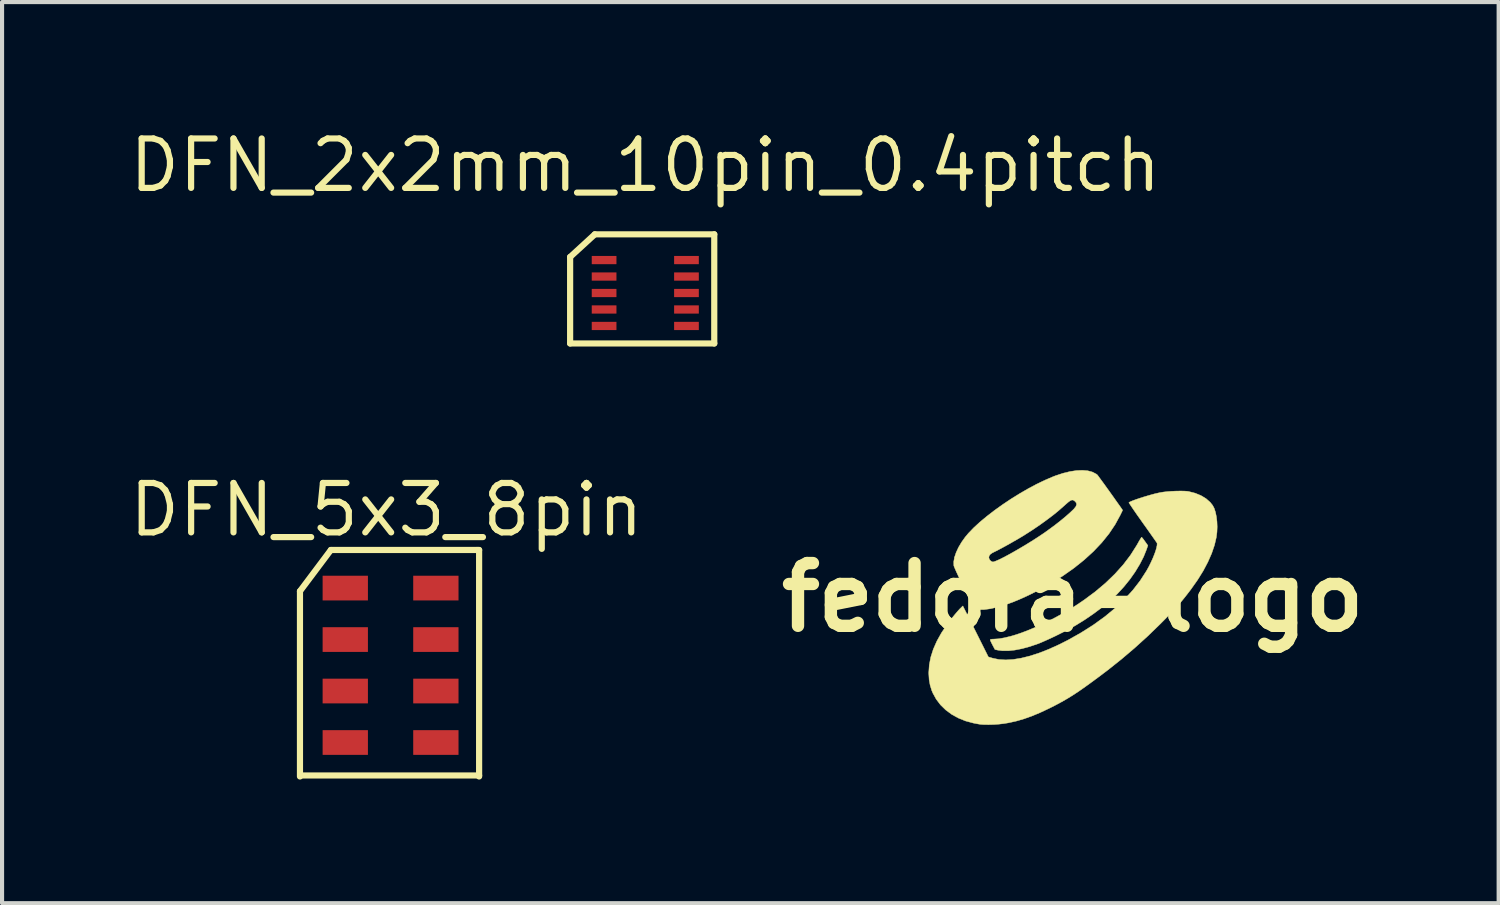
<source format=kicad_pcb>
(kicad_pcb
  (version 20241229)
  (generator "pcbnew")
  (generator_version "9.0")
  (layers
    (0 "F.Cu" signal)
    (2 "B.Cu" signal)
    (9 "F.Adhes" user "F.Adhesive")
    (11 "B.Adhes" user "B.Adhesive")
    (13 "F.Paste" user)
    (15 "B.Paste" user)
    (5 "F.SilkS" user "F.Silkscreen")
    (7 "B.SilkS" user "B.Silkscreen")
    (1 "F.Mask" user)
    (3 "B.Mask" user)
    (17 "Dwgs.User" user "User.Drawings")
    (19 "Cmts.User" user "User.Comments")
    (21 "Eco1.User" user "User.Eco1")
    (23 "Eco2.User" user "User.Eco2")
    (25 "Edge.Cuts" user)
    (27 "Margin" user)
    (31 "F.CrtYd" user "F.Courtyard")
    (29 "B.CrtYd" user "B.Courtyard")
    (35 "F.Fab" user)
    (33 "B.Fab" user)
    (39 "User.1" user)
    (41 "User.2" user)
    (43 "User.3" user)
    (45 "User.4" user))
  (footprint "fedora-logo"
    (layer "F.Cu")
    (at 23.004 11.457)
    (property "Reference" "fedora-logo" (at 0 0 0) (layer "F.SilkS") (effects (font (size 1.524 1.524) (thickness 0.3))))
    (attr through_hole)
    (fp_poly (pts (xy 1.678 -1.453) (xy 1.701 -1.425) (xy 1.731 -1.384) (xy 1.747 -1.362) (xy 1.819 -1.261) (xy 1.785 -1.161) (xy 1.715 -0.987) (xy 1.622 -0.806) (xy 1.51 -0.621) (xy 1.381 -0.438) (xy 1.237 -0.26) (xy 1.082 -0.091) (xy 1.001 -0.012) (xy 0.848 0.125) (xy 0.674 0.266) (xy 0.485 0.406) (xy 0.287 0.541) (xy 0.086 0.666) (xy 0.009 0.711) (xy -0.083 0.762) (xy -0.19 0.818) (xy -0.307 0.877) (xy -0.428 0.937) (xy -0.548 0.994) (xy -0.661 1.045) (xy -0.763 1.09) (xy -0.846 1.124) (xy -0.859 1.128) (xy -1.053 1.194) (xy -1.238 1.244) (xy -1.411 1.278) (xy -1.569 1.295) (xy -1.71 1.295) (xy -1.819 1.281) (xy -1.894 1.265) (xy -1.952 1.156) (xy -1.978 1.105) (xy -1.998 1.063) (xy -2.009 1.035) (xy -2.01 1.029) (xy -1.999 1.019) (xy -1.964 1.013) (xy -1.93 1.012) (xy -1.801 1.004) (xy -1.654 0.978) (xy -1.49 0.937) (xy -1.313 0.882) (xy -1.125 0.813) (xy -0.929 0.732) (xy -0.726 0.64) (xy -0.52 0.537) (xy -0.312 0.425) (xy -0.106 0.306) (xy 0.097 0.179) (xy 0.267 0.064) (xy 0.541 -0.139) (xy 0.791 -0.35) (xy 1.018 -0.569) (xy 1.22 -0.794) (xy 1.397 -1.026) (xy 1.547 -1.263) (xy 1.573 -1.308) (xy 1.605 -1.366) (xy 1.634 -1.414) (xy 1.655 -1.448) (xy 1.666 -1.463) (xy 1.667 -1.463) (xy 1.678 -1.453)) (stroke (width 0.01) (type solid)) (fill yes) (layer "F.SilkS"))
    (fp_poly (pts (xy 0.358 -3.076) (xy 0.47 -3.046) (xy 0.563 -2.998) (xy 0.589 -2.979) (xy 0.601 -2.965) (xy 0.626 -2.931) (xy 0.663 -2.88) (xy 0.71 -2.816) (xy 0.765 -2.741) (xy 0.825 -2.657) (xy 0.889 -2.568) (xy 0.955 -2.476) (xy 1.02 -2.384) (xy 1.083 -2.295) (xy 1.142 -2.212) (xy 1.18 -2.157) (xy 1.206 -2.119) (xy 1.149 -2) (xy 1.025 -1.772) (xy 0.875 -1.548) (xy 0.699 -1.33) (xy 0.497 -1.117) (xy 0.271 -0.911) (xy 0.021 -0.711) (xy -0.252 -0.519) (xy -0.548 -0.335) (xy -0.867 -0.16) (xy -1.034 -0.075) (xy -1.253 0.027) (xy -1.462 0.114) (xy -1.659 0.184) (xy -1.842 0.238) (xy -2.009 0.275) (xy -2.16 0.295) (xy -2.293 0.296) (xy -2.34 0.292) (xy -2.388 0.286) (xy -2.637 -0.216) (xy -2.694 -0.333) (xy -2.747 -0.442) (xy -2.793 -0.54) (xy -2.832 -0.624) (xy -2.862 -0.693) (xy -2.883 -0.743) (xy -2.893 -0.771) (xy -2.893 -0.773) (xy -2.895 -0.869) (xy -2.877 -0.969) (xy -2.043 -0.969) (xy -2.031 -0.928) (xy -2.003 -0.891) (xy -1.966 -0.867) (xy -1.942 -0.862) (xy -1.918 -0.867) (xy -1.877 -0.882) (xy -1.826 -0.904) (xy -1.802 -0.914) (xy -1.702 -0.963) (xy -1.583 -1.026) (xy -1.451 -1.099) (xy -1.309 -1.181) (xy -1.162 -1.268) (xy -1.014 -1.359) (xy -0.87 -1.451) (xy -0.838 -1.472) (xy -0.702 -1.563) (xy -0.564 -1.662) (xy -0.428 -1.763) (xy -0.298 -1.865) (xy -0.178 -1.964) (xy -0.073 -2.057) (xy 0.014 -2.139) (xy 0.026 -2.152) (xy 0.07 -2.207) (xy 0.088 -2.255) (xy 0.08 -2.298) (xy 0.049 -2.334) (xy 0.022 -2.355) (xy -0.004 -2.366) (xy -0.032 -2.364) (xy -0.065 -2.35) (xy -0.107 -2.32) (xy -0.161 -2.274) (xy -0.231 -2.211) (xy -0.233 -2.21) (xy -0.347 -2.109) (xy -0.481 -2) (xy -0.632 -1.886) (xy -0.794 -1.769) (xy -0.965 -1.652) (xy -1.139 -1.54) (xy -1.161 -1.526) (xy -1.243 -1.475) (xy -1.338 -1.419) (xy -1.439 -1.361) (xy -1.542 -1.302) (xy -1.643 -1.246) (xy -1.735 -1.196) (xy -1.816 -1.153) (xy -1.879 -1.121) (xy -1.894 -1.114) (xy -1.963 -1.079) (xy -2.008 -1.047) (xy -2.033 -1.013) (xy -2.042 -0.975) (xy -2.043 -0.969) (xy -2.877 -0.969) (xy -2.876 -0.976) (xy -2.836 -1.093) (xy -2.779 -1.216) (xy -2.705 -1.341) (xy -2.616 -1.466) (xy -2.538 -1.559) (xy -2.41 -1.692) (xy -2.26 -1.83) (xy -2.09 -1.971) (xy -1.906 -2.113) (xy -1.709 -2.254) (xy -1.504 -2.391) (xy -1.295 -2.521) (xy -1.084 -2.643) (xy -0.876 -2.754) (xy -0.673 -2.851) (xy -0.481 -2.933) (xy -0.424 -2.955) (xy -0.243 -3.015) (xy -0.072 -3.057) (xy 0.086 -3.081) (xy 0.23 -3.087) (xy 0.358 -3.076)) (stroke (width 0.01) (type solid)) (fill yes) (layer "F.SilkS"))
    (fp_poly (pts (xy 2.694 -2.583) (xy 2.771 -2.578) (xy 2.807 -2.573) (xy 2.967 -2.532) (xy 3.108 -2.474) (xy 3.231 -2.4) (xy 3.332 -2.311) (xy 3.392 -2.236) (xy 3.43 -2.164) (xy 3.46 -2.071) (xy 3.483 -1.961) (xy 3.497 -1.841) (xy 3.502 -1.715) (xy 3.497 -1.588) (xy 3.482 -1.466) (xy 3.482 -1.464) (xy 3.437 -1.271) (xy 3.368 -1.069) (xy 3.276 -0.86) (xy 3.162 -0.644) (xy 3.025 -0.424) (xy 2.868 -0.202) (xy 2.868 -0.201) (xy 2.783 -0.09) (xy 2.703 0.012) (xy 2.623 0.109) (xy 2.54 0.205) (xy 2.451 0.304) (xy 2.351 0.409) (xy 2.238 0.525) (xy 2.114 0.65) (xy 1.809 0.945) (xy 1.499 1.226) (xy 1.178 1.499) (xy 0.841 1.767) (xy 0.609 1.942) (xy 0.446 2.062) (xy 0.301 2.167) (xy 0.17 2.259) (xy 0.049 2.34) (xy -0.067 2.414) (xy -0.179 2.481) (xy -0.292 2.545) (xy -0.411 2.609) (xy -0.537 2.673) (xy -0.581 2.695) (xy -0.798 2.797) (xy -1 2.881) (xy -1.191 2.949) (xy -1.377 3.003) (xy -1.562 3.044) (xy -1.683 3.064) (xy -1.796 3.077) (xy -1.92 3.086) (xy -2.044 3.089) (xy -2.16 3.088) (xy -2.243 3.082) (xy -2.278 3.077) (xy -2.33 3.068) (xy -2.392 3.056) (xy -2.421 3.05) (xy -2.61 2.999) (xy -2.785 2.928) (xy -2.946 2.839) (xy -3.09 2.732) (xy -3.215 2.61) (xy -3.319 2.474) (xy -3.401 2.325) (xy -3.428 2.262) (xy -3.468 2.133) (xy -3.492 2.002) (xy -3.501 1.858) (xy -3.502 1.829) (xy -3.489 1.64) (xy -3.453 1.45) (xy -3.391 1.257) (xy -3.305 1.061) (xy -3.193 0.86) (xy -3.054 0.654) (xy -2.92 0.479) (xy -2.869 0.417) (xy -2.819 0.358) (xy -2.774 0.307) (xy -2.74 0.27) (xy -2.733 0.264) (xy -2.674 0.206) (xy -2.364 0.825) (xy -2.054 1.445) (xy -1.947 1.476) (xy -1.798 1.507) (xy -1.633 1.517) (xy -1.452 1.506) (xy -1.256 1.474) (xy -1.046 1.422) (xy -0.823 1.35) (xy -0.587 1.258) (xy -0.34 1.146) (xy -0.123 1.037) (xy 0.198 0.856) (xy 0.496 0.667) (xy 0.772 0.468) (xy 1.024 0.26) (xy 1.252 0.045) (xy 1.455 -0.178) (xy 1.633 -0.408) (xy 1.785 -0.644) (xy 1.84 -0.742) (xy 1.89 -0.843) (xy 1.936 -0.943) (xy 1.975 -1.039) (xy 2.007 -1.127) (xy 2.029 -1.203) (xy 2.042 -1.265) (xy 2.044 -1.309) (xy 2.04 -1.323) (xy 2.029 -1.339) (xy 2.004 -1.375) (xy 1.967 -1.428) (xy 1.919 -1.496) (xy 1.862 -1.577) (xy 1.798 -1.668) (xy 1.728 -1.766) (xy 1.69 -1.819) (xy 1.619 -1.92) (xy 1.553 -2.013) (xy 1.494 -2.098) (xy 1.444 -2.171) (xy 1.404 -2.231) (xy 1.375 -2.274) (xy 1.36 -2.298) (xy 1.358 -2.303) (xy 1.374 -2.315) (xy 1.412 -2.333) (xy 1.469 -2.356) (xy 1.541 -2.382) (xy 1.624 -2.41) (xy 1.714 -2.439) (xy 1.809 -2.467) (xy 1.903 -2.494) (xy 1.992 -2.518) (xy 2.075 -2.537) (xy 2.106 -2.544) (xy 2.187 -2.558) (xy 2.283 -2.569) (xy 2.388 -2.577) (xy 2.496 -2.582) (xy 2.6 -2.584) (xy 2.694 -2.583)) (stroke (width 0.01) (type solid)) (fill yes) (layer "F.SilkS")))
  (footprint "DFN_2x2mm_10pin_0.4pitch"
    (layer "F.Cu")
    (at 12.594 4.09)
    (property "Reference" "DFN_2x2mm_10pin_0.4pitch" (at 0.025 -3.125 0) (layer "F.SilkS") (effects (font (size 1.2 1.2) (thickness 0.15))))
    (attr through_hole)
    (fp_line (start -1.8 -0.9) (end -1.8 1.2) (stroke (width 0.15) (type solid)) (layer "F.SilkS"))
    (fp_line (start -1.8 1.2) (end 1.7 1.2) (stroke (width 0.15) (type solid)) (layer "F.SilkS"))
    (fp_line (start -1.2 -1.45) (end -1.8 -0.9) (stroke (width 0.15) (type solid)) (layer "F.SilkS"))
    (fp_line (start 1.7 -1.45) (end -1.2 -1.45) (stroke (width 0.15) (type solid)) (layer "F.SilkS"))
    (fp_line (start 1.7 1.2) (end 1.7 -1.45) (stroke (width 0.15) (type solid)) (layer "F.SilkS"))
    (pad "1" smd rect (at -0.975 -0.825 270) (size 0.2 0.6) (layers "F.Cu" "F.Mask" "F.Paste"))
    (pad "2" smd rect (at -0.975 -0.425 270) (size 0.2 0.6) (layers "F.Cu" "F.Mask" "F.Paste"))
    (pad "3" smd rect (at -0.975 -0.025 270) (size 0.2 0.6) (layers "F.Cu" "F.Mask" "F.Paste"))
    (pad "4" smd rect (at -0.975 0.375 270) (size 0.2 0.6) (layers "F.Cu" "F.Mask" "F.Paste"))
    (pad "5" smd rect (at -0.975 0.775 270) (size 0.2 0.6) (layers "F.Cu" "F.Mask" "F.Paste"))
    (pad "6" smd rect (at 1.025 0.775 270) (size 0.2 0.6) (layers "F.Cu" "F.Mask" "F.Paste"))
    (pad "7" smd rect (at 1.025 0.375 270) (size 0.2 0.6) (layers "F.Cu" "F.Mask" "F.Paste"))
    (pad "8" smd rect (at 1.025 -0.025 270) (size 0.2 0.6) (layers "F.Cu" "F.Mask" "F.Paste"))
    (pad "9" smd rect (at 1.025 -0.425 270) (size 0.2 0.6) (layers "F.Cu" "F.Mask" "F.Paste"))
    (pad "10" smd rect (at 1.025 -0.825 270) (size 0.2 0.6) (layers "F.Cu" "F.Mask" "F.Paste")))
  (footprint "DFN_5x3_8pin"
    (layer "F.Cu")
    (at 6.434 13.105)
    (property "Reference" "DFN_5x3_8pin" (at -0.1 -3.775 0) (layer "F.SilkS") (effects (font (size 1.2 1.2) (thickness 0.15))))
    (attr through_hole)
    (fp_line (start -2.2 -1.8) (end -1.45 -2.8) (stroke (width 0.15) (type solid)) (layer "F.SilkS"))
    (fp_line (start -2.2 2.7) (end -2.2 -1.8) (stroke (width 0.15) (type solid)) (layer "F.SilkS"))
    (fp_line (start -2.15 2.675) (end 2.15 2.675) (stroke (width 0.15) (type solid)) (layer "F.SilkS"))
    (fp_line (start -1.45 -2.8) (end 2.1 -2.8) (stroke (width 0.15) (type solid)) (layer "F.SilkS"))
    (fp_line (start 2.1 -2.8) (end 2.15 -2.8) (stroke (width 0.15) (type solid)) (layer "F.SilkS"))
    (fp_line (start 2.15 -2.8) (end 2.15 2.7) (stroke (width 0.15) (type solid)) (layer "F.SilkS"))
    (pad "1" smd rect (at -1.1 -1.875 270) (size 0.6 1.1) (layers "F.Cu" "F.Mask" "F.Paste"))
    (pad "2" smd rect (at -1.1 -0.625 270) (size 0.6 1.1) (layers "F.Cu" "F.Mask" "F.Paste"))
    (pad "3" smd rect (at -1.1 0.625 270) (size 0.6 1.1) (layers "F.Cu" "F.Mask" "F.Paste"))
    (pad "4" smd rect (at -1.1 1.875 270) (size 0.6 1.1) (layers "F.Cu" "F.Mask" "F.Paste"))
    (pad "5" smd rect (at 1.1 1.875 270) (size 0.6 1.1) (layers "F.Cu" "F.Mask" "F.Paste"))
    (pad "6" smd rect (at 1.1 0.625 270) (size 0.6 1.1) (layers "F.Cu" "F.Mask" "F.Paste"))
    (pad "7" smd rect (at 1.1 -0.625 270) (size 0.6 1.1) (layers "F.Cu" "F.Mask" "F.Paste"))
    (pad "8" smd rect (at 1.1 -1.875 270) (size 0.6 1.1) (layers "F.Cu" "F.Mask" "F.Paste")))
  (gr_rect
    (start -3 -3)
    (end 33.341 18.881)
    (stroke (width 0.1) (type default))
    (fill no)
    (layer "Edge.Cuts")))
</source>
